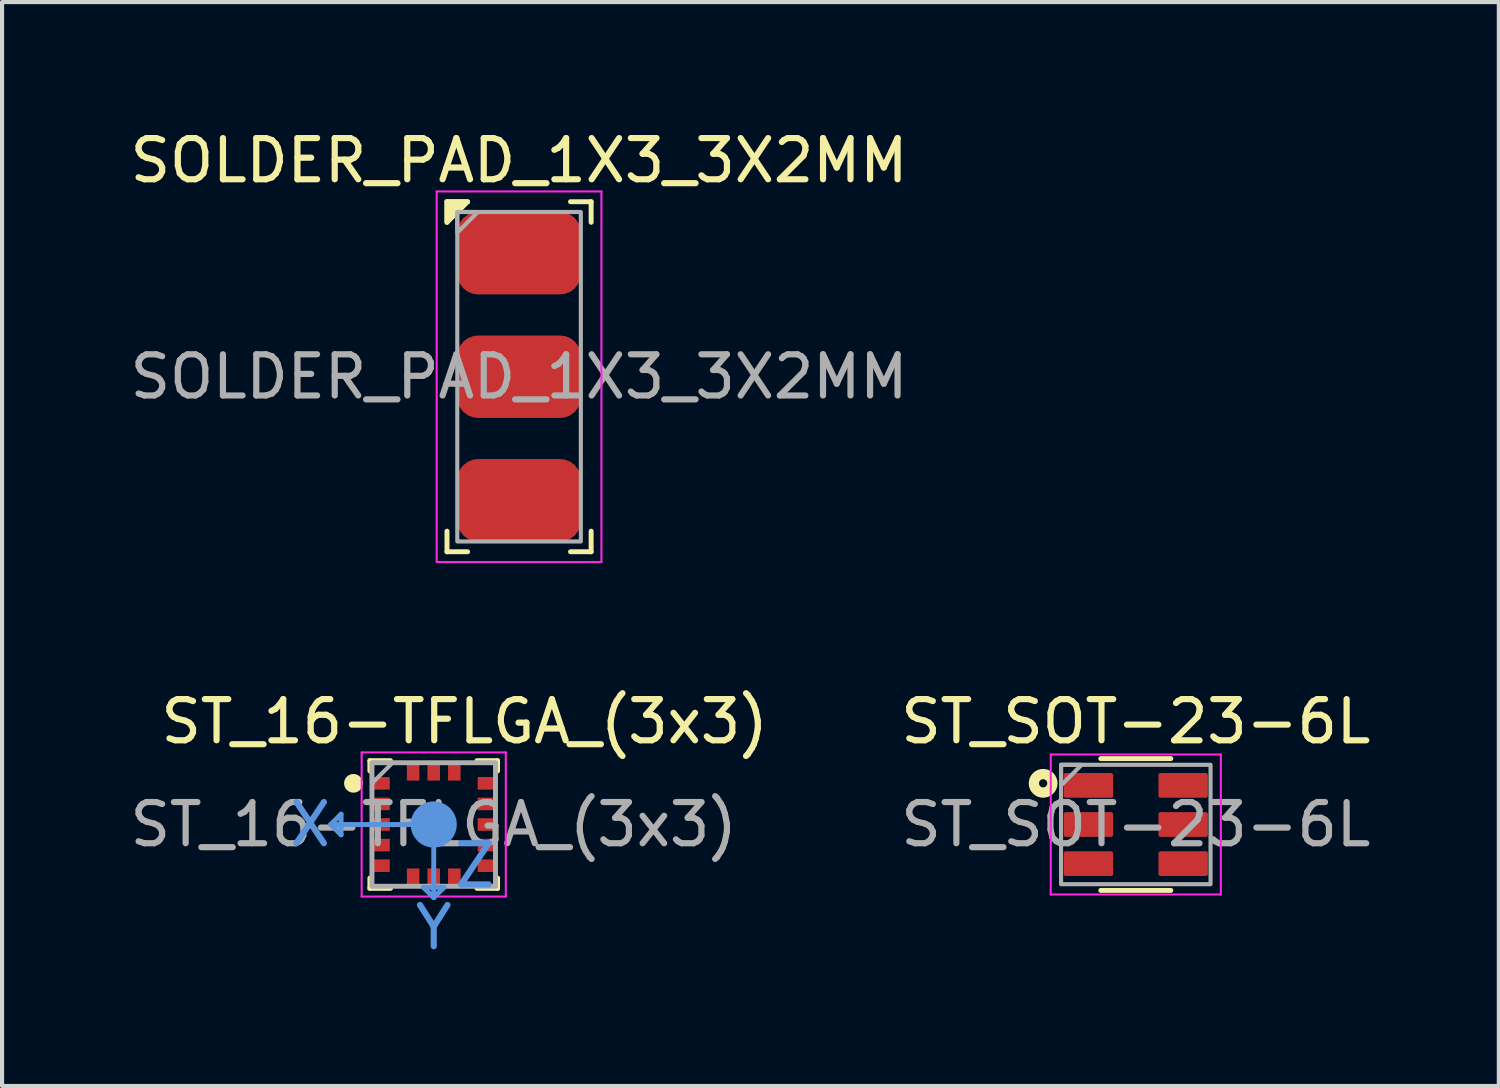
<source format=kicad_pcb>
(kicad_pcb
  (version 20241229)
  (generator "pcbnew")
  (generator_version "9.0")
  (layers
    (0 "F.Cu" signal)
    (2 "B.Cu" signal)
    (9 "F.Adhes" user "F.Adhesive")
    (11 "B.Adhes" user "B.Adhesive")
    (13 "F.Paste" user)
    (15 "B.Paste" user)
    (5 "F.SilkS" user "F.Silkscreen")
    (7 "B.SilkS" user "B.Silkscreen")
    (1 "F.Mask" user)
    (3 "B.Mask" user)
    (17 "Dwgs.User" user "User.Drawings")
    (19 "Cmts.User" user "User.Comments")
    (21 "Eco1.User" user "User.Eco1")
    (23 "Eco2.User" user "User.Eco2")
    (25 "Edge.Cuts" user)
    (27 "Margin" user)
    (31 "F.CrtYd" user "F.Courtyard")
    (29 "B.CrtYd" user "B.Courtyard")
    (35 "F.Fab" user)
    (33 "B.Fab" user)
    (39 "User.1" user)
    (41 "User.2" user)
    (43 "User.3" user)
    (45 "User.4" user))
  (footprint "ST_16-TFLGA_(3x3)"
    (layer "F.Cu")
    (at 7.482 16.971)
    (property "Reference" "ST_16-TFLGA_(3x3)" (at 0.75 -2.5 0) (unlocked yes) (layer "F.SilkS") (effects (font (size 1 1) (thickness 0.15))))
    (attr smd)
    (fp_line (start -1.55 -1.55) (end -1.55 -1.3) (stroke (width 0.12) (type solid)) (layer "F.SilkS"))
    (fp_line (start -1.55 -1.55) (end -1.05 -1.55) (stroke (width 0.12) (type solid)) (layer "F.SilkS"))
    (fp_line (start -1.55 1.55) (end -1.55 1.3) (stroke (width 0.12) (type solid)) (layer "F.SilkS"))
    (fp_line (start -1.55 1.55) (end -1.05 1.55) (stroke (width 0.12) (type solid)) (layer "F.SilkS"))
    (fp_line (start 1.55 -1.55) (end 1.05 -1.55) (stroke (width 0.12) (type solid)) (layer "F.SilkS"))
    (fp_line (start 1.55 -1.55) (end 1.55 -1.3) (stroke (width 0.12) (type solid)) (layer "F.SilkS"))
    (fp_line (start 1.55 1.55) (end 1.05 1.55) (stroke (width 0.12) (type solid)) (layer "F.SilkS"))
    (fp_line (start 1.55 1.55) (end 1.55 1.3) (stroke (width 0.12) (type solid)) (layer "F.SilkS"))
    (fp_circle (center -1.95 -1) (end -1.85 -1) (stroke (width 0.254) (type solid)) (fill yes) (layer "F.SilkS"))
    (fp_line (start -2.5 0) (end -2.25 -0.25) (stroke (width 0.12) (type solid)) (layer "Cmts.User"))
    (fp_line (start -2.25 -0.25) (end -2.25 0.25) (stroke (width 0.12) (type solid)) (layer "Cmts.User"))
    (fp_line (start -2.25 0.25) (end -2.5 0) (stroke (width 0.12) (type solid)) (layer "Cmts.User"))
    (fp_line (start -0.25 1.525) (end 0.25 1.525) (stroke (width 0.12) (type solid)) (layer "Cmts.User"))
    (fp_line (start 0 0) (end -2.5 0) (stroke (width 0.12) (type solid)) (layer "Cmts.User"))
    (fp_line (start 0 0.025) (end 0 1.775) (stroke (width 0.12) (type solid)) (layer "Cmts.User"))
    (fp_line (start 0 1.775) (end -0.25 1.525) (stroke (width 0.12) (type solid)) (layer "Cmts.User"))
    (fp_line (start 0.25 1.525) (end 0 1.775) (stroke (width 0.12) (type solid)) (layer "Cmts.User"))
    (fp_circle (center 0 0) (end 0.000001 0) (stroke (width 0.508) (type solid)) (fill no) (layer "Cmts.User"))
    (fp_circle (center 0 0) (end 0.5 0) (stroke (width 0.12) (type solid)) (fill no) (layer "Cmts.User"))
    (fp_line (start -1.75 1.75) (end -1.75 -1.75) (stroke (width 0.05) (type solid)) (layer "F.CrtYd"))
    (fp_line (start 1.75 -1.75) (end -1.75 -1.75) (stroke (width 0.05) (type solid)) (layer "F.CrtYd"))
    (fp_line (start 1.75 1.75) (end -1.75 1.75) (stroke (width 0.05) (type solid)) (layer "F.CrtYd"))
    (fp_line (start 1.75 1.75) (end 1.75 -1.75) (stroke (width 0.05) (type solid)) (layer "F.CrtYd"))
    (fp_rect (start -1.5 -1.5) (end 1.5 1.5) (stroke (width 0.12) (type solid)) (fill no) (layer "F.Fab"))
    (fp_poly (pts (xy -1.5 -1) (xy -1.5 -1.5) (xy -1 -1.5)) (stroke (width 0.1) (type solid)) (fill no) (layer "F.Fab"))
    (fp_text user "Z" (at 1 1 0) (unlocked yes) (layer "Cmts.User") (effects (font (size 1 1) (thickness 0.15))))
    (fp_text user "X" (at -3 0 0) (unlocked yes) (layer "Cmts.User") (effects (font (size 1 1) (thickness 0.15))))
    (fp_text user "Y" (at 0 2.5 0) (unlocked yes) (layer "Cmts.User") (effects (font (size 1 1) (thickness 0.15))))
    (fp_text user "${REFERENCE}" (at 0 0 0) (unlocked yes) (layer "F.Fab") (effects (font (size 1 1) (thickness 0.15))))
    (pad "1" smd rect (at -1.27 -1 90) (size 0.305 0.406) (layers "F.Cu" "F.Mask" "F.Paste"))
    (pad "2" smd rect (at -1.27 -0.5 90) (size 0.305 0.406) (layers "F.Cu" "F.Mask" "F.Paste"))
    (pad "3" smd rect (at -1.27 0 90) (size 0.305 0.406) (layers "F.Cu" "F.Mask" "F.Paste"))
    (pad "4" smd rect (at -1.27 0.5 90) (size 0.305 0.406) (layers "F.Cu" "F.Mask" "F.Paste"))
    (pad "5" smd rect (at -1.27 1 90) (size 0.305 0.406) (layers "F.Cu" "F.Mask" "F.Paste"))
    (pad "5" smd rect (at -0.5 1.27) (size 0.305 0.406) (layers "F.Cu" "F.Mask" "F.Paste"))
    (pad "6" smd rect (at 0 1.27) (size 0.305 0.406) (layers "F.Cu" "F.Mask" "F.Paste"))
    (pad "7" smd rect (at 0.5 1.27) (size 0.305 0.406) (layers "F.Cu" "F.Mask" "F.Paste"))
    (pad "9" smd rect (at 1.27 1 90) (size 0.305 0.406) (layers "F.Cu" "F.Mask" "F.Paste"))
    (pad "10" smd rect (at 1.27 0.5 90) (size 0.305 0.406) (layers "F.Cu" "F.Mask" "F.Paste"))
    (pad "11" smd rect (at 1.27 0 90) (size 0.305 0.406) (layers "F.Cu" "F.Mask" "F.Paste"))
    (pad "12" smd rect (at 1.27 -0.5 90) (size 0.305 0.406) (layers "F.Cu" "F.Mask" "F.Paste"))
    (pad "13" smd rect (at 1.27 -1 90) (size 0.305 0.406) (layers "F.Cu" "F.Mask" "F.Paste"))
    (pad "14" smd rect (at 0.5 -1.27) (size 0.305 0.406) (layers "F.Cu" "F.Mask" "F.Paste"))
    (pad "15" smd rect (at 0 -1.27) (size 0.305 0.406) (layers "F.Cu" "F.Mask" "F.Paste"))
    (pad "16" smd rect (at -0.5 -1.27) (size 0.305 0.406) (layers "F.Cu" "F.Mask" "F.Paste")))
  (footprint "SOLDER_PAD_1X3_3X2MM"
    (layer "F.Cu")
    (at 9.554 6.098)
    (property "Reference" "SOLDER_PAD_1X3_3X2MM" (at 0 -5.25 0) (unlocked yes) (layer "F.SilkS") (effects (font (size 1 1) (thickness 0.15))))
    (attr smd)
    (fp_line (start -1.75 -4.25) (end -1.25 -4.25) (stroke (width 0.12) (type solid)) (layer "F.SilkS"))
    (fp_line (start -1.75 -3.75) (end -1.75 -4.25) (stroke (width 0.12) (type solid)) (layer "F.SilkS"))
    (fp_line (start -1.75 4.25) (end -1.75 3.75) (stroke (width 0.12) (type solid)) (layer "F.SilkS"))
    (fp_line (start -1.25 4.25) (end -1.75 4.25) (stroke (width 0.12) (type solid)) (layer "F.SilkS"))
    (fp_line (start 1.25 -4.25) (end 1.75 -4.25) (stroke (width 0.12) (type solid)) (layer "F.SilkS"))
    (fp_line (start 1.75 -4.25) (end 1.75 -3.75) (stroke (width 0.12) (type solid)) (layer "F.SilkS"))
    (fp_line (start 1.75 3.75) (end 1.75 4.25) (stroke (width 0.12) (type solid)) (layer "F.SilkS"))
    (fp_line (start 1.75 4.25) (end 1.25 4.25) (stroke (width 0.12) (type solid)) (layer "F.SilkS"))
    (fp_poly (pts (xy -1.75 -3.75) (xy -1.75 -4.25) (xy -1.25 -4.25)) (stroke (width 0.12) (type solid)) (fill yes) (layer "F.SilkS"))
    (fp_line (start -2 -4.5) (end 2 -4.5) (stroke (width 0.05) (type solid)) (layer "F.CrtYd"))
    (fp_line (start -2 4.5) (end -2 -4.5) (stroke (width 0.05) (type solid)) (layer "F.CrtYd"))
    (fp_line (start 2 4.5) (end -2 4.5) (stroke (width 0.05) (type solid)) (layer "F.CrtYd"))
    (fp_line (start 2 4.5) (end 2 -4.5) (stroke (width 0.05) (type solid)) (layer "F.CrtYd"))
    (fp_rect (start -1.5 -4) (end 1.5 4) (stroke (width 0.1) (type solid)) (fill no) (layer "F.Fab"))
    (fp_poly (pts (xy -1.5 -3.5) (xy -1.5 -4) (xy -1 -4)) (stroke (width 0.1) (type solid)) (fill no) (layer "F.Fab"))
    (fp_text user "${REFERENCE}" (at 0 0 0) (unlocked yes) (layer "F.Fab") (effects (font (size 1 1) (thickness 0.15))))
    (pad "1" smd roundrect (at 0 -3) (size 3 2) (layers "F.Cu" "F.Mask") (roundrect_rratio 0.25))
    (pad "2" smd roundrect (at 0 0) (size 3 2) (layers "F.Cu" "F.Mask") (roundrect_rratio 0.25))
    (pad "3" smd roundrect (at 0 3) (size 3 2) (layers "F.Cu" "F.Mask") (roundrect_rratio 0.25)))
  (footprint "ST_SOT-23-6L"
    (layer "F.Cu")
    (at 24.53 16.971)
    (property "Reference" "ST_SOT-23-6L" (at 0 -2.5 0) (unlocked yes) (layer "F.SilkS") (effects (font (size 1 1) (thickness 0.15))))
    (attr smd)
    (fp_line (start 0.85 -1.6) (end -0.85 -1.6) (stroke (width 0.12) (type solid)) (layer "F.SilkS"))
    (fp_line (start 0.85 1.6) (end -0.85 1.6) (stroke (width 0.12) (type solid)) (layer "F.SilkS"))
    (fp_circle (center -2.25 -1) (end -2.15 -1) (stroke (width 0.25) (type solid)) (fill no) (layer "F.SilkS"))
    (fp_line (start -2.065 -1.7) (end -2.065 1.7) (stroke (width 0.05) (type solid)) (layer "F.CrtYd"))
    (fp_line (start -2.065 -1.7) (end 2.065 -1.7) (stroke (width 0.05) (type solid)) (layer "F.CrtYd"))
    (fp_line (start -2.065 1.7) (end 2.065 1.7) (stroke (width 0.05) (type solid)) (layer "F.CrtYd"))
    (fp_line (start 2.065 -1.7) (end 2.065 1.7) (stroke (width 0.05) (type solid)) (layer "F.CrtYd"))
    (fp_rect (start 1.815 -1.45) (end -1.815 1.45) (stroke (width 0.1) (type solid)) (fill no) (layer "F.Fab"))
    (fp_poly (pts (xy -1.815 -0.95) (xy -1.815 -1.45) (xy -1.315 -1.45)) (stroke (width 0.1) (type solid)) (fill no) (layer "F.Fab"))
    (fp_text user "${REFERENCE}" (at 0 0 0) (unlocked yes) (layer "F.Fab") (effects (font (size 1 1) (thickness 0.15))))
    (pad "1" smd roundrect (at -1.15 -0.95) (size 1.2 0.6) (layers "F.Cu" "F.Mask" "F.Paste") (roundrect_rratio 0.083))
    (pad "2" smd roundrect (at -1.15 0) (size 1.2 0.6) (layers "F.Cu" "F.Mask" "F.Paste") (roundrect_rratio 0.083))
    (pad "3" smd roundrect (at -1.15 0.95) (size 1.2 0.6) (layers "F.Cu" "F.Mask" "F.Paste") (roundrect_rratio 0.083))
    (pad "4" smd roundrect (at 1.15 0.95) (size 1.2 0.6) (layers "F.Cu" "F.Mask" "F.Paste") (roundrect_rratio 0.083))
    (pad "5" smd roundrect (at 1.15 0) (size 1.2 0.6) (layers "F.Cu" "F.Mask" "F.Paste") (roundrect_rratio 0.083))
    (pad "6" smd roundrect (at 1.15 -0.95) (size 1.2 0.6) (layers "F.Cu" "F.Mask" "F.Paste") (roundrect_rratio 0.083)))
  (gr_rect
    (start -3 -3)
    (end 33.345 23.32)
    (stroke (width 0.1) (type default))
    (fill no)
    (layer "Edge.Cuts")))
</source>
